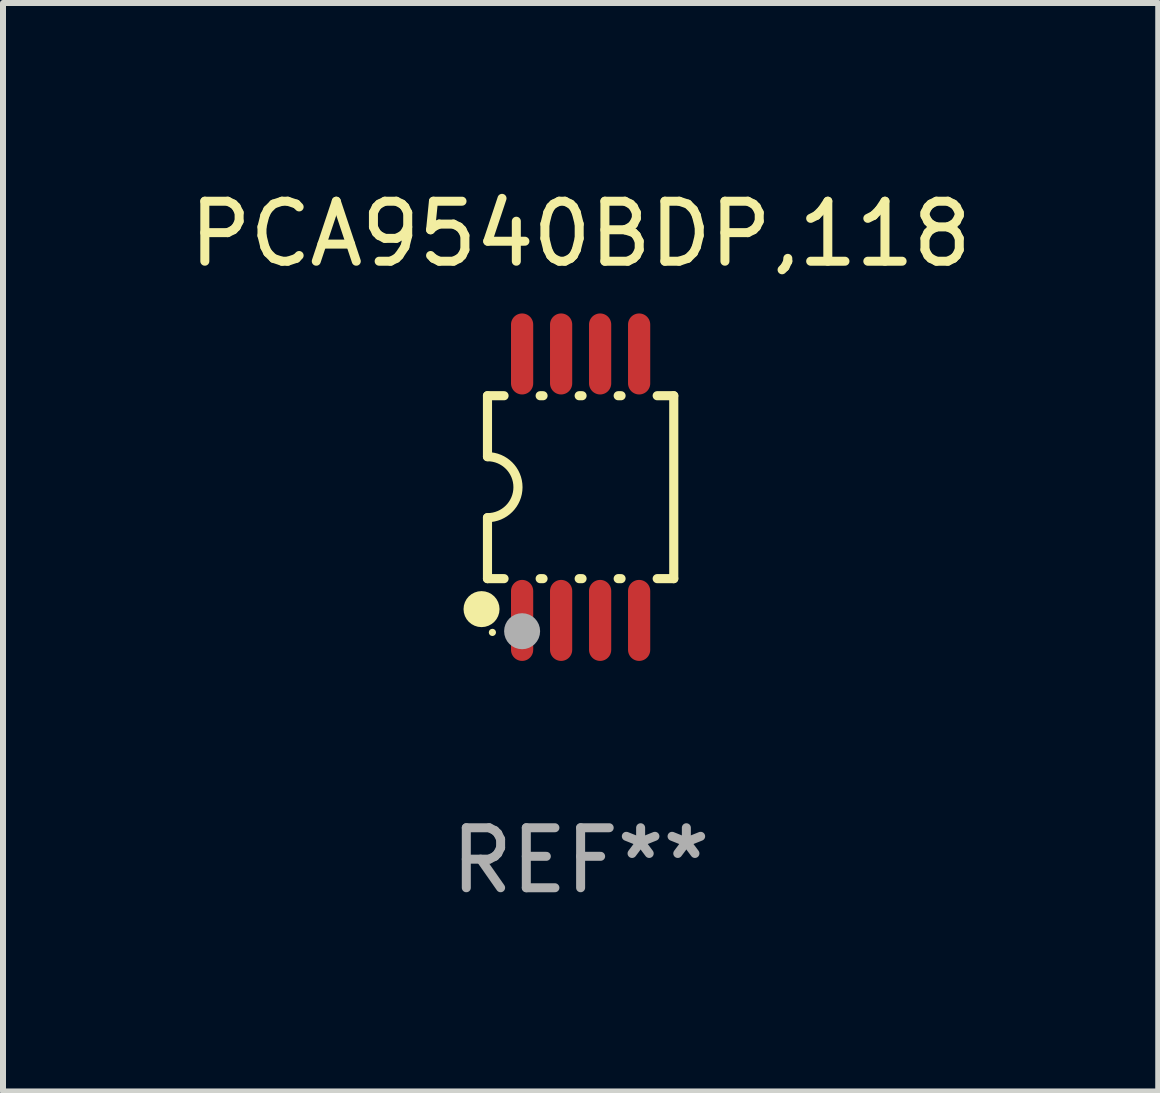
<source format=kicad_pcb>
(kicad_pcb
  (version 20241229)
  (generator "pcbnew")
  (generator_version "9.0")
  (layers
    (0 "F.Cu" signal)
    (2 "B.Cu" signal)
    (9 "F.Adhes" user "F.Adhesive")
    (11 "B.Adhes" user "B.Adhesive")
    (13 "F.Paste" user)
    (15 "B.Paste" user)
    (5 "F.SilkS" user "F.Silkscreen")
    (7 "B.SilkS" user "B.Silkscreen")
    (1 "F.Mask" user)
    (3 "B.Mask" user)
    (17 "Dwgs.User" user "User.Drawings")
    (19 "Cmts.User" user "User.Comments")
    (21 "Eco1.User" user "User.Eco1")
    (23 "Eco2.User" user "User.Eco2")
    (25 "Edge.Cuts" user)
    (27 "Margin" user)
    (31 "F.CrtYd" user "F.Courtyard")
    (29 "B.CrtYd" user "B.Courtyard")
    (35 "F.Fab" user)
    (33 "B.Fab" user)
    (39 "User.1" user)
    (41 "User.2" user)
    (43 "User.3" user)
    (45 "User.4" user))
  (footprint "PCA9540BDP,118"
    (layer "F.Cu")
    (at 6.625 5.068)
    (property "Reference" "PCA9540BDP,118" (at 0 -4.22 0) (layer "F.SilkS") (effects (font (size 1 1) (thickness 0.15))))
    (attr through_hole)
    (fp_line (start -1.552 -1.524) (end -1.276 -1.524) (stroke (width 0.152) (type solid)) (layer "F.SilkS"))
    (fp_line (start -1.552 -0.508) (end -1.552 -1.524) (stroke (width 0.152) (type solid)) (layer "F.SilkS"))
    (fp_line (start -1.552 1.524) (end -1.552 0.508) (stroke (width 0.152) (type solid)) (layer "F.SilkS"))
    (fp_line (start -1.552 1.524) (end -1.276 1.524) (stroke (width 0.152) (type solid)) (layer "F.SilkS"))
    (fp_line (start -0.674 -1.524) (end -0.626 -1.524) (stroke (width 0.152) (type solid)) (layer "F.SilkS"))
    (fp_line (start -0.674 1.524) (end -0.626 1.524) (stroke (width 0.152) (type solid)) (layer "F.SilkS"))
    (fp_line (start -0.024 -1.524) (end 0.024 -1.524) (stroke (width 0.152) (type solid)) (layer "F.SilkS"))
    (fp_line (start -0.024 1.524) (end 0.024 1.524) (stroke (width 0.152) (type solid)) (layer "F.SilkS"))
    (fp_line (start 0.626 -1.524) (end 0.674 -1.524) (stroke (width 0.152) (type solid)) (layer "F.SilkS"))
    (fp_line (start 0.626 1.524) (end 0.674 1.524) (stroke (width 0.152) (type solid)) (layer "F.SilkS"))
    (fp_line (start 1.276 1.524) (end 1.552 1.524) (stroke (width 0.152) (type solid)) (layer "F.SilkS"))
    (fp_line (start 1.276 -1.524) (end 1.552 -1.524) (stroke (width 0.152) (type solid)) (layer "F.SilkS"))
    (fp_line (start 1.552 -1.524) (end 1.552 1.524) (stroke (width 0.152) (type solid)) (layer "F.SilkS"))
    (fp_arc (start -1.551943 -0.508001) (mid -1.043942 0) (end -1.551943 0.508001) (stroke (width 0.151994) (type solid)) (layer "F.SilkS"))
    (fp_circle (center -1.651 2.032) (end -1.501 2.032) (stroke (width 0.3) (type solid)) (fill no) (layer "F.SilkS"))
    (fp_circle (center -1.47 2.42) (end -1.44 2.42) (stroke (width 0.06) (type solid)) (fill no) (layer "F.SilkS"))
    (fp_circle (center -0.975 2.4) (end -0.825 2.4) (stroke (width 0.3) (type solid)) (fill no) (layer "F.Fab"))
    (fp_text user "REF**" (at 0 6.22 0) (layer "F.Fab") (effects (font (size 1 1) (thickness 0.15))))
    (pad "1" smd oval (at -0.975 2.22) (size 0.37 1.35) (layers "F.Cu" "F.Mask" "F.Paste"))
    (pad "2" smd oval (at -0.325 2.22) (size 0.37 1.35) (layers "F.Cu" "F.Mask" "F.Paste"))
    (pad "3" smd oval (at 0.325 2.22) (size 0.37 1.35) (layers "F.Cu" "F.Mask" "F.Paste"))
    (pad "4" smd oval (at 0.975 2.22) (size 0.37 1.35) (layers "F.Cu" "F.Mask" "F.Paste"))
    (pad "5" smd oval (at 0.975 -2.22) (size 0.37 1.35) (layers "F.Cu" "F.Mask" "F.Paste"))
    (pad "6" smd oval (at 0.325 -2.22) (size 0.37 1.35) (layers "F.Cu" "F.Mask" "F.Paste"))
    (pad "7" smd oval (at -0.325 -2.22) (size 0.37 1.35) (layers "F.Cu" "F.Mask" "F.Paste"))
    (pad "8" smd oval (at -0.975 -2.22) (size 0.37 1.35) (layers "F.Cu" "F.Mask" "F.Paste")))
  (gr_rect
    (start -3 -3)
    (end 16.25 15.137)
    (stroke (width 0.1) (type default))
    (fill no)
    (layer "Edge.Cuts")))
</source>
